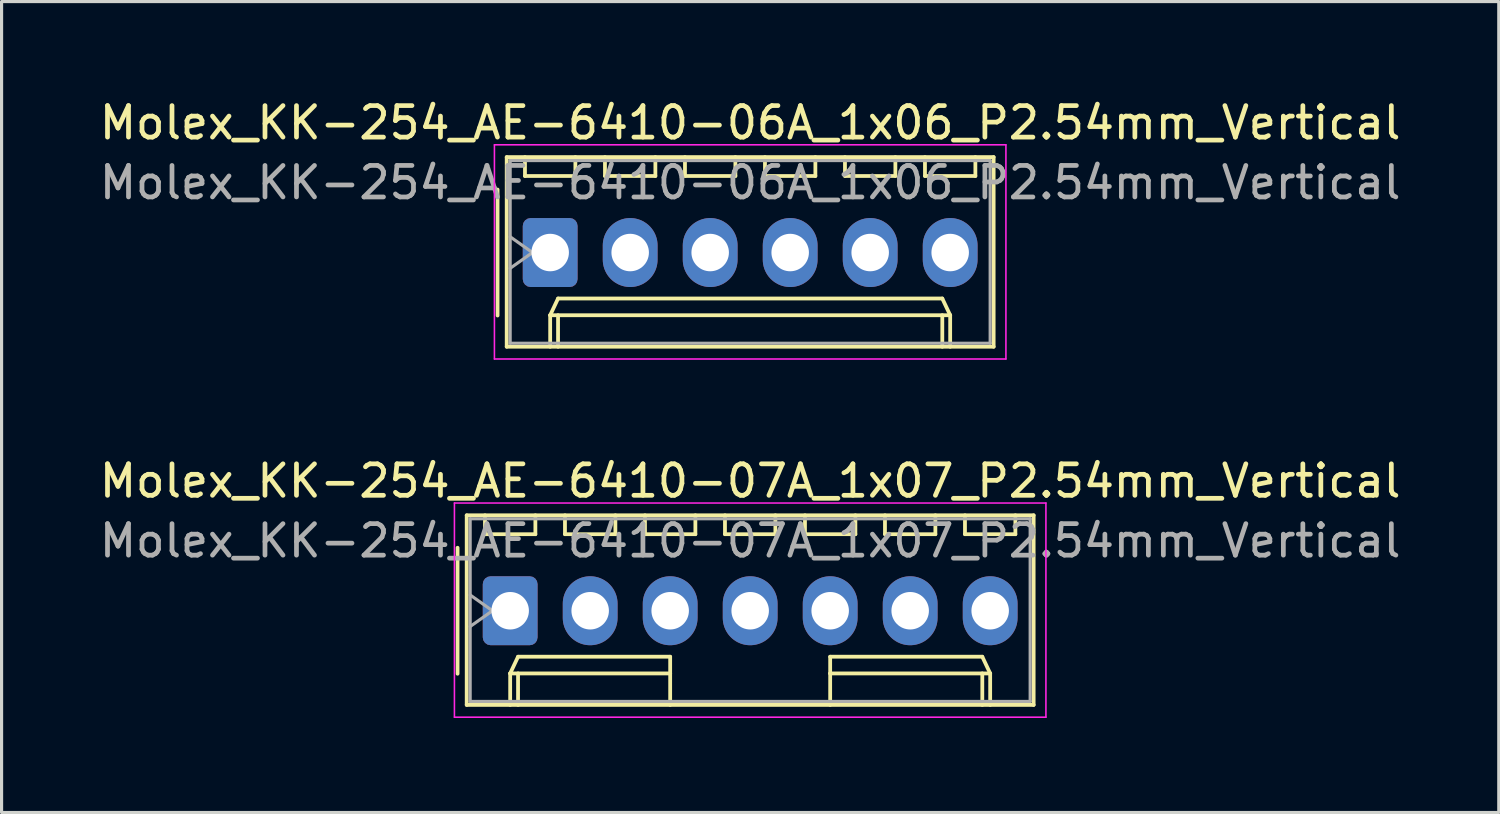
<source format=kicad_pcb>
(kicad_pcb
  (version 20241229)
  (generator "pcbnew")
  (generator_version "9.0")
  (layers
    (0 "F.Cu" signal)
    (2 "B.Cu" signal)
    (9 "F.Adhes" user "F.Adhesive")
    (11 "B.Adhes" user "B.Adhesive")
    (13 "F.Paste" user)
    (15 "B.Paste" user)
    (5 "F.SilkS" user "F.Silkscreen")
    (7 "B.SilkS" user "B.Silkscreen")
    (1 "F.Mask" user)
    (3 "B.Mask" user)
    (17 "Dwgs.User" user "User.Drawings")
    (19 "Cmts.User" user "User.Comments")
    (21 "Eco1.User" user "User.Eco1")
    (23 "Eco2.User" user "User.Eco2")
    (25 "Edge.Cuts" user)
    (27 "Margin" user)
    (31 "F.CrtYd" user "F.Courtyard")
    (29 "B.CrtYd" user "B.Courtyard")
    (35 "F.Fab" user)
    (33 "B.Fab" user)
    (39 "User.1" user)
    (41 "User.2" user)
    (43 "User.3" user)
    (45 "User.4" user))
  (footprint "Molex_KK-254_AE-6410-06A_1x06_P2.54mm_Vertical"
    (layer "F.Cu")
    (at 14.418 4.968)
    (property "Reference" "Molex_KK-254_AE-6410-06A_1x06_P2.54mm_Vertical" (at 6.35 -4.12 0) (layer "F.SilkS") (effects (font (size 1 1) (thickness 0.15))))
    (attr through_hole)
    (fp_line (start -1.67 -2) (end -1.67 2) (stroke (width 0.12) (type solid)) (layer "F.SilkS"))
    (fp_line (start -1.38 -3.03) (end -1.38 2.99) (stroke (width 0.12) (type solid)) (layer "F.SilkS"))
    (fp_line (start -1.38 2.99) (end 14.08 2.99) (stroke (width 0.12) (type solid)) (layer "F.SilkS"))
    (fp_line (start -0.8 -3.03) (end -0.8 -2.43) (stroke (width 0.12) (type solid)) (layer "F.SilkS"))
    (fp_line (start -0.8 -2.43) (end 0.8 -2.43) (stroke (width 0.12) (type solid)) (layer "F.SilkS"))
    (fp_line (start 0 1.99) (end 0.25 1.46) (stroke (width 0.12) (type solid)) (layer "F.SilkS"))
    (fp_line (start 0 1.99) (end 12.7 1.99) (stroke (width 0.12) (type solid)) (layer "F.SilkS"))
    (fp_line (start 0 2.99) (end 0 1.99) (stroke (width 0.12) (type solid)) (layer "F.SilkS"))
    (fp_line (start 0.25 1.46) (end 12.45 1.46) (stroke (width 0.12) (type solid)) (layer "F.SilkS"))
    (fp_line (start 0.25 2.99) (end 0.25 1.99) (stroke (width 0.12) (type solid)) (layer "F.SilkS"))
    (fp_line (start 0.8 -2.43) (end 0.8 -3.03) (stroke (width 0.12) (type solid)) (layer "F.SilkS"))
    (fp_line (start 1.74 -3.03) (end 1.74 -2.43) (stroke (width 0.12) (type solid)) (layer "F.SilkS"))
    (fp_line (start 1.74 -2.43) (end 3.34 -2.43) (stroke (width 0.12) (type solid)) (layer "F.SilkS"))
    (fp_line (start 3.34 -2.43) (end 3.34 -3.03) (stroke (width 0.12) (type solid)) (layer "F.SilkS"))
    (fp_line (start 4.28 -3.03) (end 4.28 -2.43) (stroke (width 0.12) (type solid)) (layer "F.SilkS"))
    (fp_line (start 4.28 -2.43) (end 5.88 -2.43) (stroke (width 0.12) (type solid)) (layer "F.SilkS"))
    (fp_line (start 5.88 -2.43) (end 5.88 -3.03) (stroke (width 0.12) (type solid)) (layer "F.SilkS"))
    (fp_line (start 6.82 -3.03) (end 6.82 -2.43) (stroke (width 0.12) (type solid)) (layer "F.SilkS"))
    (fp_line (start 6.82 -2.43) (end 8.42 -2.43) (stroke (width 0.12) (type solid)) (layer "F.SilkS"))
    (fp_line (start 8.42 -2.43) (end 8.42 -3.03) (stroke (width 0.12) (type solid)) (layer "F.SilkS"))
    (fp_line (start 9.36 -3.03) (end 9.36 -2.43) (stroke (width 0.12) (type solid)) (layer "F.SilkS"))
    (fp_line (start 9.36 -2.43) (end 10.96 -2.43) (stroke (width 0.12) (type solid)) (layer "F.SilkS"))
    (fp_line (start 10.96 -2.43) (end 10.96 -3.03) (stroke (width 0.12) (type solid)) (layer "F.SilkS"))
    (fp_line (start 11.9 -3.03) (end 11.9 -2.43) (stroke (width 0.12) (type solid)) (layer "F.SilkS"))
    (fp_line (start 11.9 -2.43) (end 13.5 -2.43) (stroke (width 0.12) (type solid)) (layer "F.SilkS"))
    (fp_line (start 12.45 1.46) (end 12.7 1.99) (stroke (width 0.12) (type solid)) (layer "F.SilkS"))
    (fp_line (start 12.45 2.99) (end 12.45 1.99) (stroke (width 0.12) (type solid)) (layer "F.SilkS"))
    (fp_line (start 12.7 1.99) (end 12.7 2.99) (stroke (width 0.12) (type solid)) (layer "F.SilkS"))
    (fp_line (start 13.5 -2.43) (end 13.5 -3.03) (stroke (width 0.12) (type solid)) (layer "F.SilkS"))
    (fp_line (start 14.08 -3.03) (end -1.38 -3.03) (stroke (width 0.12) (type solid)) (layer "F.SilkS"))
    (fp_line (start 14.08 2.99) (end 14.08 -3.03) (stroke (width 0.12) (type solid)) (layer "F.SilkS"))
    (fp_line (start -1.77 -3.42) (end -1.77 3.38) (stroke (width 0.05) (type solid)) (layer "F.CrtYd"))
    (fp_line (start -1.77 3.38) (end 14.47 3.38) (stroke (width 0.05) (type solid)) (layer "F.CrtYd"))
    (fp_line (start 14.47 -3.42) (end -1.77 -3.42) (stroke (width 0.05) (type solid)) (layer "F.CrtYd"))
    (fp_line (start 14.47 3.38) (end 14.47 -3.42) (stroke (width 0.05) (type solid)) (layer "F.CrtYd"))
    (fp_line (start -1.27 -2.92) (end -1.27 2.88) (stroke (width 0.1) (type solid)) (layer "F.Fab"))
    (fp_line (start -1.27 -0.5) (end -0.563 0) (stroke (width 0.1) (type solid)) (layer "F.Fab"))
    (fp_line (start -1.27 2.88) (end 13.97 2.88) (stroke (width 0.1) (type solid)) (layer "F.Fab"))
    (fp_line (start -0.563 0) (end -1.27 0.5) (stroke (width 0.1) (type solid)) (layer "F.Fab"))
    (fp_line (start 13.97 -2.92) (end -1.27 -2.92) (stroke (width 0.1) (type solid)) (layer "F.Fab"))
    (fp_line (start 13.97 2.88) (end 13.97 -2.92) (stroke (width 0.1) (type solid)) (layer "F.Fab"))
    (fp_text user "${REFERENCE}" (at 6.35 -2.22 0) (layer "F.Fab") (effects (font (size 1 1) (thickness 0.15))))
    (pad "1" thru_hole roundrect (at 0 0) (size 1.74 2.19) (drill 1.19) (layers "*.Cu" "*.Mask") (roundrect_rratio 0.144))
    (pad "2" thru_hole oval (at 2.54 0) (size 1.74 2.19) (drill 1.19) (layers "*.Cu" "*.Mask"))
    (pad "3" thru_hole oval (at 5.08 0) (size 1.74 2.19) (drill 1.19) (layers "*.Cu" "*.Mask"))
    (pad "4" thru_hole oval (at 7.62 0) (size 1.74 2.19) (drill 1.19) (layers "*.Cu" "*.Mask"))
    (pad "5" thru_hole oval (at 10.16 0) (size 1.74 2.19) (drill 1.19) (layers "*.Cu" "*.Mask"))
    (pad "6" thru_hole oval (at 12.7 0) (size 1.74 2.19) (drill 1.19) (layers "*.Cu" "*.Mask")))
  (footprint "Molex_KK-254_AE-6410-07A_1x07_P2.54mm_Vertical"
    (layer "F.Cu")
    (at 13.148 16.341)
    (property "Reference" "Molex_KK-254_AE-6410-07A_1x07_P2.54mm_Vertical" (at 7.62 -4.12 0) (layer "F.SilkS") (effects (font (size 1 1) (thickness 0.15))))
    (attr through_hole)
    (fp_line (start -1.67 -2) (end -1.67 2) (stroke (width 0.12) (type solid)) (layer "F.SilkS"))
    (fp_line (start -1.38 -3.03) (end -1.38 2.99) (stroke (width 0.12) (type solid)) (layer "F.SilkS"))
    (fp_line (start -1.38 2.99) (end 16.62 2.99) (stroke (width 0.12) (type solid)) (layer "F.SilkS"))
    (fp_line (start -0.8 -3.03) (end -0.8 -2.43) (stroke (width 0.12) (type solid)) (layer "F.SilkS"))
    (fp_line (start -0.8 -2.43) (end 0.8 -2.43) (stroke (width 0.12) (type solid)) (layer "F.SilkS"))
    (fp_line (start 0 1.99) (end 0.25 1.46) (stroke (width 0.12) (type solid)) (layer "F.SilkS"))
    (fp_line (start 0 1.99) (end 5.08 1.99) (stroke (width 0.12) (type solid)) (layer "F.SilkS"))
    (fp_line (start 0 2.99) (end 0 1.99) (stroke (width 0.12) (type solid)) (layer "F.SilkS"))
    (fp_line (start 0.25 1.46) (end 5.08 1.46) (stroke (width 0.12) (type solid)) (layer "F.SilkS"))
    (fp_line (start 0.25 2.99) (end 0.25 1.99) (stroke (width 0.12) (type solid)) (layer "F.SilkS"))
    (fp_line (start 0.8 -2.43) (end 0.8 -3.03) (stroke (width 0.12) (type solid)) (layer "F.SilkS"))
    (fp_line (start 1.74 -3.03) (end 1.74 -2.43) (stroke (width 0.12) (type solid)) (layer "F.SilkS"))
    (fp_line (start 1.74 -2.43) (end 3.34 -2.43) (stroke (width 0.12) (type solid)) (layer "F.SilkS"))
    (fp_line (start 3.34 -2.43) (end 3.34 -3.03) (stroke (width 0.12) (type solid)) (layer "F.SilkS"))
    (fp_line (start 4.28 -3.03) (end 4.28 -2.43) (stroke (width 0.12) (type solid)) (layer "F.SilkS"))
    (fp_line (start 4.28 -2.43) (end 5.88 -2.43) (stroke (width 0.12) (type solid)) (layer "F.SilkS"))
    (fp_line (start 5.08 1.46) (end 5.08 1.99) (stroke (width 0.12) (type solid)) (layer "F.SilkS"))
    (fp_line (start 5.08 1.99) (end 5.08 2.99) (stroke (width 0.12) (type solid)) (layer "F.SilkS"))
    (fp_line (start 5.88 -2.43) (end 5.88 -3.03) (stroke (width 0.12) (type solid)) (layer "F.SilkS"))
    (fp_line (start 6.82 -3.03) (end 6.82 -2.43) (stroke (width 0.12) (type solid)) (layer "F.SilkS"))
    (fp_line (start 6.82 -2.43) (end 8.42 -2.43) (stroke (width 0.12) (type solid)) (layer "F.SilkS"))
    (fp_line (start 8.42 -2.43) (end 8.42 -3.03) (stroke (width 0.12) (type solid)) (layer "F.SilkS"))
    (fp_line (start 9.36 -3.03) (end 9.36 -2.43) (stroke (width 0.12) (type solid)) (layer "F.SilkS"))
    (fp_line (start 9.36 -2.43) (end 10.96 -2.43) (stroke (width 0.12) (type solid)) (layer "F.SilkS"))
    (fp_line (start 10.16 1.46) (end 10.16 1.99) (stroke (width 0.12) (type solid)) (layer "F.SilkS"))
    (fp_line (start 10.16 1.99) (end 10.16 2.99) (stroke (width 0.12) (type solid)) (layer "F.SilkS"))
    (fp_line (start 10.96 -2.43) (end 10.96 -3.03) (stroke (width 0.12) (type solid)) (layer "F.SilkS"))
    (fp_line (start 11.9 -3.03) (end 11.9 -2.43) (stroke (width 0.12) (type solid)) (layer "F.SilkS"))
    (fp_line (start 11.9 -2.43) (end 13.5 -2.43) (stroke (width 0.12) (type solid)) (layer "F.SilkS"))
    (fp_line (start 13.5 -2.43) (end 13.5 -3.03) (stroke (width 0.12) (type solid)) (layer "F.SilkS"))
    (fp_line (start 14.44 -3.03) (end 14.44 -2.43) (stroke (width 0.12) (type solid)) (layer "F.SilkS"))
    (fp_line (start 14.44 -2.43) (end 16.04 -2.43) (stroke (width 0.12) (type solid)) (layer "F.SilkS"))
    (fp_line (start 14.99 1.46) (end 10.16 1.46) (stroke (width 0.12) (type solid)) (layer "F.SilkS"))
    (fp_line (start 14.99 2.99) (end 14.99 1.99) (stroke (width 0.12) (type solid)) (layer "F.SilkS"))
    (fp_line (start 15.24 1.99) (end 10.16 1.99) (stroke (width 0.12) (type solid)) (layer "F.SilkS"))
    (fp_line (start 15.24 1.99) (end 14.99 1.46) (stroke (width 0.12) (type solid)) (layer "F.SilkS"))
    (fp_line (start 15.24 2.99) (end 15.24 1.99) (stroke (width 0.12) (type solid)) (layer "F.SilkS"))
    (fp_line (start 16.04 -2.43) (end 16.04 -3.03) (stroke (width 0.12) (type solid)) (layer "F.SilkS"))
    (fp_line (start 16.62 -3.03) (end -1.38 -3.03) (stroke (width 0.12) (type solid)) (layer "F.SilkS"))
    (fp_line (start 16.62 2.99) (end 16.62 -3.03) (stroke (width 0.12) (type solid)) (layer "F.SilkS"))
    (fp_line (start -1.77 -3.42) (end -1.77 3.38) (stroke (width 0.05) (type solid)) (layer "F.CrtYd"))
    (fp_line (start -1.77 3.38) (end 17.01 3.38) (stroke (width 0.05) (type solid)) (layer "F.CrtYd"))
    (fp_line (start 17.01 -3.42) (end -1.77 -3.42) (stroke (width 0.05) (type solid)) (layer "F.CrtYd"))
    (fp_line (start 17.01 3.38) (end 17.01 -3.42) (stroke (width 0.05) (type solid)) (layer "F.CrtYd"))
    (fp_line (start -1.27 -2.92) (end -1.27 2.88) (stroke (width 0.1) (type solid)) (layer "F.Fab"))
    (fp_line (start -1.27 -0.5) (end -0.563 0) (stroke (width 0.1) (type solid)) (layer "F.Fab"))
    (fp_line (start -1.27 2.88) (end 16.51 2.88) (stroke (width 0.1) (type solid)) (layer "F.Fab"))
    (fp_line (start -0.563 0) (end -1.27 0.5) (stroke (width 0.1) (type solid)) (layer "F.Fab"))
    (fp_line (start 16.51 -2.92) (end -1.27 -2.92) (stroke (width 0.1) (type solid)) (layer "F.Fab"))
    (fp_line (start 16.51 2.88) (end 16.51 -2.92) (stroke (width 0.1) (type solid)) (layer "F.Fab"))
    (fp_text user "${REFERENCE}" (at 7.62 -2.22 0) (layer "F.Fab") (effects (font (size 1 1) (thickness 0.15))))
    (pad "1" thru_hole roundrect (at 0 0) (size 1.74 2.19) (drill 1.19) (layers "*.Cu" "*.Mask") (roundrect_rratio 0.144))
    (pad "2" thru_hole oval (at 2.54 0) (size 1.74 2.19) (drill 1.19) (layers "*.Cu" "*.Mask"))
    (pad "3" thru_hole oval (at 5.08 0) (size 1.74 2.19) (drill 1.19) (layers "*.Cu" "*.Mask"))
    (pad "4" thru_hole oval (at 7.62 0) (size 1.74 2.19) (drill 1.19) (layers "*.Cu" "*.Mask"))
    (pad "5" thru_hole oval (at 10.16 0) (size 1.74 2.19) (drill 1.19) (layers "*.Cu" "*.Mask"))
    (pad "6" thru_hole oval (at 12.7 0) (size 1.74 2.19) (drill 1.19) (layers "*.Cu" "*.Mask"))
    (pad "7" thru_hole oval (at 15.24 0) (size 1.74 2.19) (drill 1.19) (layers "*.Cu" "*.Mask")))
  (gr_rect
    (start -3 -3)
    (end 44.536 22.747)
    (stroke (width 0.1) (type default))
    (fill no)
    (layer "Edge.Cuts")))
</source>
